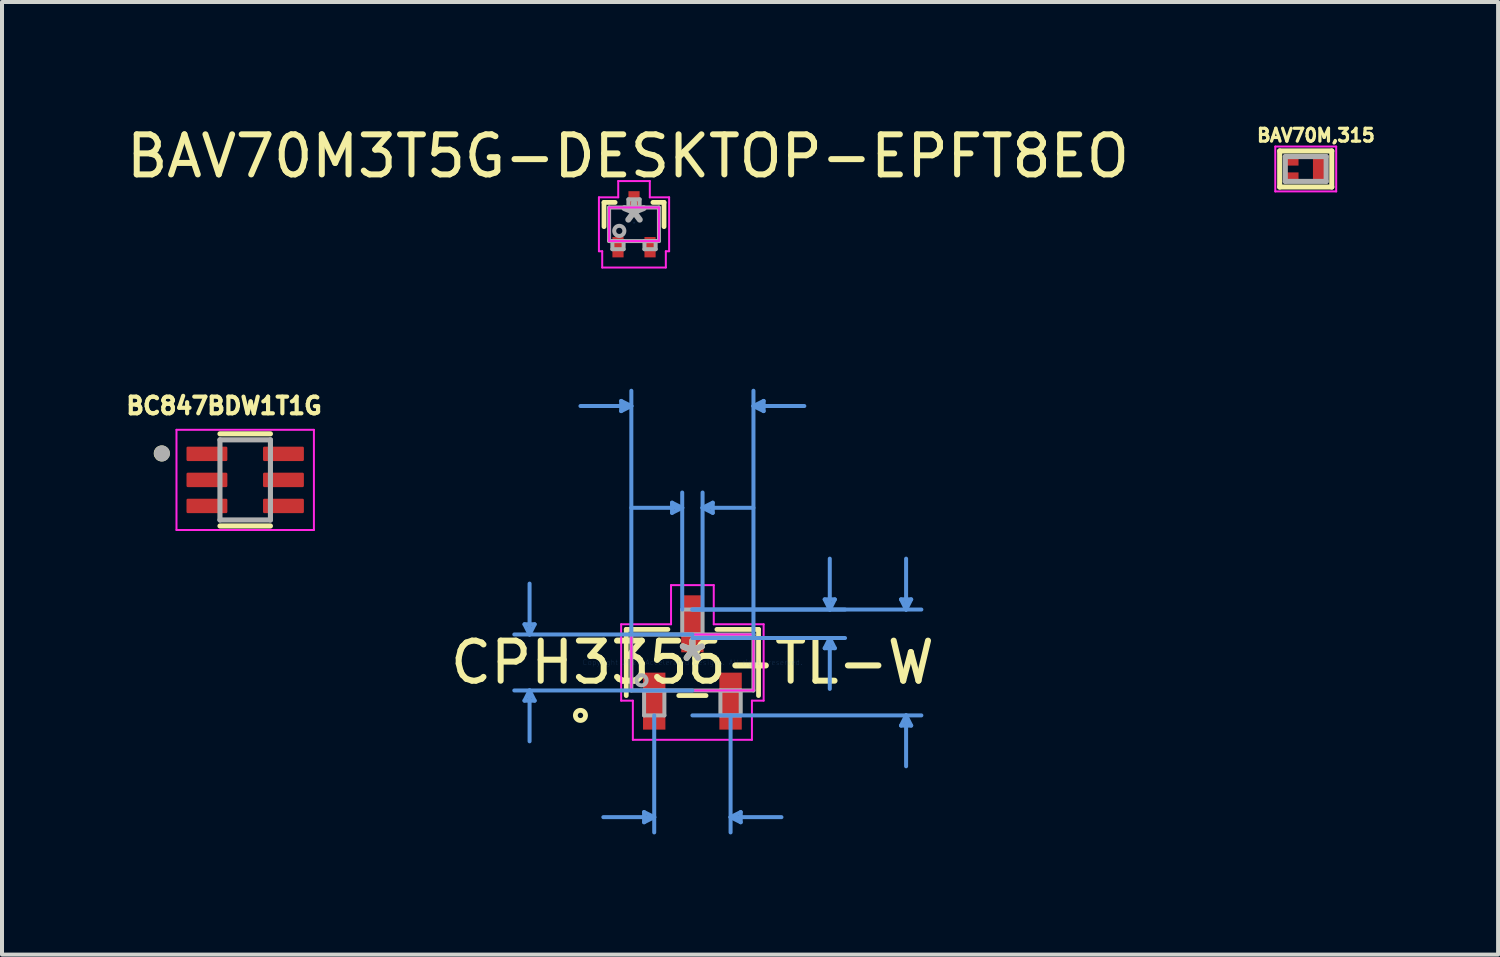
<source format=kicad_pcb>
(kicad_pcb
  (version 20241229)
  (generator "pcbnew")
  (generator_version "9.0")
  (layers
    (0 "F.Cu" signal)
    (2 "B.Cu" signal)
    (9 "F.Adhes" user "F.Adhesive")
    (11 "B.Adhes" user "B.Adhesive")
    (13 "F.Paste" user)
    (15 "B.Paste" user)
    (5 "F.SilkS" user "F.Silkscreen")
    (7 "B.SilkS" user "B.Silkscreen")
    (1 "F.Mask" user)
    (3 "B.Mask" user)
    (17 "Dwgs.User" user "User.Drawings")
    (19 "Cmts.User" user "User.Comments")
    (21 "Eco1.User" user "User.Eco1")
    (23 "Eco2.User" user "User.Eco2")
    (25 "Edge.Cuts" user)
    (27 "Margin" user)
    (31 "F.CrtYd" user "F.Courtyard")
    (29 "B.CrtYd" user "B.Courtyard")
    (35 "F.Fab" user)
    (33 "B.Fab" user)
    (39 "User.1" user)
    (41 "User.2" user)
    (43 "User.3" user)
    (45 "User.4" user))
  (footprint "CPH3356-TL-W"
    (layer "F.Cu")
    (at 14.232 13.485)
    (property "Reference" "CPH3356-TL-W" (at 0 0 0) (layer "F.SilkS") (effects (font (size 1 1) (thickness 0.15))))
    (attr through_hole)
    (fp_line (start -1.651 -0.826) (end -1.651 0.826) (stroke (width 0.12) (type solid)) (layer "F.SilkS"))
    (fp_line (start -0.612 -0.826) (end -1.651 -0.826) (stroke (width 0.12) (type solid)) (layer "F.SilkS"))
    (fp_line (start -0.34 0.826) (end 0.34 0.826) (stroke (width 0.12) (type solid)) (layer "F.SilkS"))
    (fp_line (start 1.651 -0.826) (end 0.612 -0.826) (stroke (width 0.12) (type solid)) (layer "F.SilkS"))
    (fp_line (start 1.651 0.826) (end 1.651 -0.826) (stroke (width 0.12) (type solid)) (layer "F.SilkS"))
    (fp_circle (center -2.794 1.321) (end -2.667 1.321) (stroke (width 0.12) (type solid)) (fill no) (layer "F.SilkS"))
    (fp_line (start -4.191 -0.953) (end -3.937 -0.953) (stroke (width 0.1) (type solid)) (layer "Cmts.User"))
    (fp_line (start -4.191 0.953) (end -3.937 0.953) (stroke (width 0.1) (type solid)) (layer "Cmts.User"))
    (fp_line (start -4.064 -0.699) (end -4.191 -0.953) (stroke (width 0.1) (type solid)) (layer "Cmts.User"))
    (fp_line (start -4.064 -0.699) (end -4.064 -1.968) (stroke (width 0.1) (type solid)) (layer "Cmts.User"))
    (fp_line (start -4.064 -0.699) (end -3.937 -0.953) (stroke (width 0.1) (type solid)) (layer "Cmts.User"))
    (fp_line (start -4.064 0.699) (end -4.191 0.953) (stroke (width 0.1) (type solid)) (layer "Cmts.User"))
    (fp_line (start -4.064 0.699) (end -4.064 1.968) (stroke (width 0.1) (type solid)) (layer "Cmts.User"))
    (fp_line (start -4.064 0.699) (end -3.937 0.953) (stroke (width 0.1) (type solid)) (layer "Cmts.User"))
    (fp_line (start -1.778 -6.528) (end -1.778 -6.274) (stroke (width 0.1) (type solid)) (layer "Cmts.User"))
    (fp_line (start -1.524 -6.401) (end -2.794 -6.401) (stroke (width 0.1) (type solid)) (layer "Cmts.User"))
    (fp_line (start -1.524 -6.401) (end -1.778 -6.528) (stroke (width 0.1) (type solid)) (layer "Cmts.User"))
    (fp_line (start -1.524 -6.401) (end -1.778 -6.274) (stroke (width 0.1) (type solid)) (layer "Cmts.User"))
    (fp_line (start -1.524 -0.699) (end -1.524 -6.782) (stroke (width 0.1) (type solid)) (layer "Cmts.User"))
    (fp_line (start -1.206 3.734) (end -1.206 3.988) (stroke (width 0.1) (type solid)) (layer "Cmts.User"))
    (fp_line (start -0.953 1.321) (end -0.953 4.242) (stroke (width 0.1) (type solid)) (layer "Cmts.User"))
    (fp_line (start -0.953 3.861) (end -2.223 3.861) (stroke (width 0.1) (type solid)) (layer "Cmts.User"))
    (fp_line (start -0.953 3.861) (end -1.206 3.734) (stroke (width 0.1) (type solid)) (layer "Cmts.User"))
    (fp_line (start -0.953 3.861) (end -1.206 3.988) (stroke (width 0.1) (type solid)) (layer "Cmts.User"))
    (fp_line (start -0.508 -3.988) (end -0.508 -3.734) (stroke (width 0.1) (type solid)) (layer "Cmts.User"))
    (fp_line (start -0.254 -3.861) (end -1.524 -3.861) (stroke (width 0.1) (type solid)) (layer "Cmts.User"))
    (fp_line (start -0.254 -3.861) (end -0.508 -3.988) (stroke (width 0.1) (type solid)) (layer "Cmts.User"))
    (fp_line (start -0.254 -3.861) (end -0.508 -3.734) (stroke (width 0.1) (type solid)) (layer "Cmts.User"))
    (fp_line (start -0.254 -1.321) (end -0.254 -4.242) (stroke (width 0.1) (type solid)) (layer "Cmts.User"))
    (fp_line (start 0 -1.321) (end 3.81 -1.321) (stroke (width 0.1) (type solid)) (layer "Cmts.User"))
    (fp_line (start 0 -1.321) (end 5.715 -1.321) (stroke (width 0.1) (type solid)) (layer "Cmts.User"))
    (fp_line (start 0 -0.699) (end -4.445 -0.699) (stroke (width 0.1) (type solid)) (layer "Cmts.User"))
    (fp_line (start 0 -0.61) (end 3.81 -0.61) (stroke (width 0.1) (type solid)) (layer "Cmts.User"))
    (fp_line (start 0 0.699) (end -4.445 0.699) (stroke (width 0.1) (type solid)) (layer "Cmts.User"))
    (fp_line (start 0 1.321) (end 5.715 1.321) (stroke (width 0.1) (type solid)) (layer "Cmts.User"))
    (fp_line (start 0.254 -3.861) (end 0.508 -3.988) (stroke (width 0.1) (type solid)) (layer "Cmts.User"))
    (fp_line (start 0.254 -3.861) (end 0.508 -3.734) (stroke (width 0.1) (type solid)) (layer "Cmts.User"))
    (fp_line (start 0.254 -3.861) (end 1.524 -3.861) (stroke (width 0.1) (type solid)) (layer "Cmts.User"))
    (fp_line (start 0.254 -1.321) (end 0.254 -4.242) (stroke (width 0.1) (type solid)) (layer "Cmts.User"))
    (fp_line (start 0.508 -3.988) (end 0.508 -3.734) (stroke (width 0.1) (type solid)) (layer "Cmts.User"))
    (fp_line (start 0.953 1.321) (end 0.953 4.242) (stroke (width 0.1) (type solid)) (layer "Cmts.User"))
    (fp_line (start 0.953 3.861) (end 1.206 3.734) (stroke (width 0.1) (type solid)) (layer "Cmts.User"))
    (fp_line (start 0.953 3.861) (end 1.206 3.988) (stroke (width 0.1) (type solid)) (layer "Cmts.User"))
    (fp_line (start 0.953 3.861) (end 2.223 3.861) (stroke (width 0.1) (type solid)) (layer "Cmts.User"))
    (fp_line (start 1.206 3.734) (end 1.206 3.988) (stroke (width 0.1) (type solid)) (layer "Cmts.User"))
    (fp_line (start 1.524 -6.401) (end 1.778 -6.528) (stroke (width 0.1) (type solid)) (layer "Cmts.User"))
    (fp_line (start 1.524 -6.401) (end 1.778 -6.274) (stroke (width 0.1) (type solid)) (layer "Cmts.User"))
    (fp_line (start 1.524 -6.401) (end 2.794 -6.401) (stroke (width 0.1) (type solid)) (layer "Cmts.User"))
    (fp_line (start 1.524 -0.699) (end 1.524 -6.782) (stroke (width 0.1) (type solid)) (layer "Cmts.User"))
    (fp_line (start 1.778 -6.528) (end 1.778 -6.274) (stroke (width 0.1) (type solid)) (layer "Cmts.User"))
    (fp_line (start 3.302 -1.575) (end 3.556 -1.575) (stroke (width 0.1) (type solid)) (layer "Cmts.User"))
    (fp_line (start 3.302 -0.356) (end 3.556 -0.356) (stroke (width 0.1) (type solid)) (layer "Cmts.User"))
    (fp_line (start 3.429 -1.321) (end 3.302 -1.575) (stroke (width 0.1) (type solid)) (layer "Cmts.User"))
    (fp_line (start 3.429 -1.321) (end 3.429 -2.591) (stroke (width 0.1) (type solid)) (layer "Cmts.User"))
    (fp_line (start 3.429 -1.321) (end 3.556 -1.575) (stroke (width 0.1) (type solid)) (layer "Cmts.User"))
    (fp_line (start 3.429 -0.61) (end 3.302 -0.356) (stroke (width 0.1) (type solid)) (layer "Cmts.User"))
    (fp_line (start 3.429 -0.61) (end 3.429 0.66) (stroke (width 0.1) (type solid)) (layer "Cmts.User"))
    (fp_line (start 3.429 -0.61) (end 3.556 -0.356) (stroke (width 0.1) (type solid)) (layer "Cmts.User"))
    (fp_line (start 5.207 -1.575) (end 5.461 -1.575) (stroke (width 0.1) (type solid)) (layer "Cmts.User"))
    (fp_line (start 5.207 1.575) (end 5.461 1.575) (stroke (width 0.1) (type solid)) (layer "Cmts.User"))
    (fp_line (start 5.334 -1.321) (end 5.207 -1.575) (stroke (width 0.1) (type solid)) (layer "Cmts.User"))
    (fp_line (start 5.334 -1.321) (end 5.334 -2.591) (stroke (width 0.1) (type solid)) (layer "Cmts.User"))
    (fp_line (start 5.334 -1.321) (end 5.461 -1.575) (stroke (width 0.1) (type solid)) (layer "Cmts.User"))
    (fp_line (start 5.334 1.321) (end 5.207 1.575) (stroke (width 0.1) (type solid)) (layer "Cmts.User"))
    (fp_line (start 5.334 1.321) (end 5.334 2.591) (stroke (width 0.1) (type solid)) (layer "Cmts.User"))
    (fp_line (start 5.334 1.321) (end 5.461 1.575) (stroke (width 0.1) (type solid)) (layer "Cmts.User"))
    (fp_line (start -1.778 -0.953) (end -0.533 -0.953) (stroke (width 0.05) (type solid)) (layer "F.CrtYd"))
    (fp_line (start -1.778 0.953) (end -1.778 -0.953) (stroke (width 0.05) (type solid)) (layer "F.CrtYd"))
    (fp_line (start -1.524 -0.699) (end 1.524 -0.699) (stroke (width 0.05) (type solid)) (layer "F.CrtYd"))
    (fp_line (start -1.524 0.699) (end -1.524 -0.699) (stroke (width 0.05) (type solid)) (layer "F.CrtYd"))
    (fp_line (start -1.486 0.953) (end -1.778 0.953) (stroke (width 0.05) (type solid)) (layer "F.CrtYd"))
    (fp_line (start -1.486 1.93) (end -1.486 0.953) (stroke (width 0.05) (type solid)) (layer "F.CrtYd"))
    (fp_line (start -0.533 -1.93) (end 0.533 -1.93) (stroke (width 0.05) (type solid)) (layer "F.CrtYd"))
    (fp_line (start -0.533 -0.953) (end -0.533 -1.93) (stroke (width 0.05) (type solid)) (layer "F.CrtYd"))
    (fp_line (start 0.533 -1.93) (end 0.533 -0.953) (stroke (width 0.05) (type solid)) (layer "F.CrtYd"))
    (fp_line (start 0.533 -0.953) (end 1.778 -0.953) (stroke (width 0.05) (type solid)) (layer "F.CrtYd"))
    (fp_line (start 1.486 0.953) (end 1.486 1.93) (stroke (width 0.05) (type solid)) (layer "F.CrtYd"))
    (fp_line (start 1.486 1.93) (end -1.486 1.93) (stroke (width 0.05) (type solid)) (layer "F.CrtYd"))
    (fp_line (start 1.524 -0.699) (end 1.524 0.699) (stroke (width 0.05) (type solid)) (layer "F.CrtYd"))
    (fp_line (start 1.524 0.699) (end -1.524 0.699) (stroke (width 0.05) (type solid)) (layer "F.CrtYd"))
    (fp_line (start 1.778 -0.953) (end 1.778 0.953) (stroke (width 0.05) (type solid)) (layer "F.CrtYd"))
    (fp_line (start 1.778 0.953) (end 1.486 0.953) (stroke (width 0.05) (type solid)) (layer "F.CrtYd"))
    (fp_line (start -1.524 -0.699) (end -1.524 0.699) (stroke (width 0.1) (type solid)) (layer "F.Fab"))
    (fp_line (start -1.524 0.699) (end 1.524 0.699) (stroke (width 0.1) (type solid)) (layer "F.Fab"))
    (fp_line (start -1.206 0.699) (end -1.206 1.321) (stroke (width 0.1) (type solid)) (layer "F.Fab"))
    (fp_line (start -1.206 1.321) (end -0.699 1.321) (stroke (width 0.1) (type solid)) (layer "F.Fab"))
    (fp_line (start -0.699 0.699) (end -1.206 0.699) (stroke (width 0.1) (type solid)) (layer "F.Fab"))
    (fp_line (start -0.699 1.321) (end -0.699 0.699) (stroke (width 0.1) (type solid)) (layer "F.Fab"))
    (fp_line (start -0.254 -1.321) (end -0.254 -0.699) (stroke (width 0.1) (type solid)) (layer "F.Fab"))
    (fp_line (start -0.254 -0.699) (end 0.254 -0.699) (stroke (width 0.1) (type solid)) (layer "F.Fab"))
    (fp_line (start 0.254 -1.321) (end -0.254 -1.321) (stroke (width 0.1) (type solid)) (layer "F.Fab"))
    (fp_line (start 0.254 -0.699) (end 0.254 -1.321) (stroke (width 0.1) (type solid)) (layer "F.Fab"))
    (fp_line (start 0.699 0.699) (end 0.699 1.321) (stroke (width 0.1) (type solid)) (layer "F.Fab"))
    (fp_line (start 0.699 1.321) (end 1.206 1.321) (stroke (width 0.1) (type solid)) (layer "F.Fab"))
    (fp_line (start 1.206 0.699) (end 0.699 0.699) (stroke (width 0.1) (type solid)) (layer "F.Fab"))
    (fp_line (start 1.206 1.321) (end 1.206 0.699) (stroke (width 0.1) (type solid)) (layer "F.Fab"))
    (fp_line (start 1.524 -0.699) (end -1.524 -0.699) (stroke (width 0.1) (type solid)) (layer "F.Fab"))
    (fp_line (start 1.524 0.699) (end 1.524 -0.699) (stroke (width 0.1) (type solid)) (layer "F.Fab"))
    (fp_circle (center -1.27 0.445) (end -1.143 0.445) (stroke (width 0.1) (type solid)) (fill no) (layer "F.Fab"))
    (fp_text user "*" (at 0 0 0) (layer "F.SilkS") (effects (font (size 1 1) (thickness 0.15))))
    (fp_text user "Copyright 2021 Accelerated Designs. All rights reserved." (at 0 0 0) (layer "Cmts.User") (effects (font (size 0.127 0.127) (thickness 0.002))))
    (fp_text user "*" (at 0 0 0) (layer "F.Fab") (effects (font (size 1 1) (thickness 0.15))))
    (pad "1" smd rect (at -0.953 0.965) (size 0.559 1.422) (layers "F.Cu" "F.Mask" "F.Paste"))
    (pad "2" smd rect (at 0.953 0.965) (size 0.559 1.422) (layers "F.Cu" "F.Mask" "F.Paste"))
    (pad "3" smd rect (at 0 -0.965) (size 0.559 1.422) (layers "F.Cu" "F.Mask" "F.Paste")))
  (footprint "BAV70M3T5G-DESKTOP-EPFT8EO"
    (layer "F.Cu")
    (at 12.775 2.548)
    (property "Reference" "BAV70M3T5G-DESKTOP-EPFT8EO" (at -0.15 -1.7 0) (layer "F.SilkS") (effects (font (size 1 1) (thickness 0.15))))
    (attr smd)
    (fp_line (start -0.749 -0.546) (end -0.749 0.059) (stroke (width 0.12) (type solid)) (layer "F.SilkS"))
    (fp_line (start -0.472 -0.546) (end -0.749 -0.546) (stroke (width 0.12) (type solid)) (layer "F.SilkS"))
    (fp_line (start 0.749 -0.546) (end 0.472 -0.546) (stroke (width 0.12) (type solid)) (layer "F.SilkS"))
    (fp_line (start 0.749 0.059) (end 0.749 -0.546) (stroke (width 0.12) (type solid)) (layer "F.SilkS"))
    (fp_line (start -0.876 -0.673) (end -0.394 -0.673) (stroke (width 0.05) (type solid)) (layer "F.CrtYd"))
    (fp_line (start -0.876 0.673) (end -0.876 -0.673) (stroke (width 0.05) (type solid)) (layer "F.CrtYd"))
    (fp_line (start -0.794 0.673) (end -0.876 0.673) (stroke (width 0.05) (type solid)) (layer "F.CrtYd"))
    (fp_line (start -0.794 1.079) (end -0.794 0.673) (stroke (width 0.05) (type solid)) (layer "F.CrtYd"))
    (fp_line (start -0.622 -0.419) (end 0.622 -0.419) (stroke (width 0.05) (type solid)) (layer "F.CrtYd"))
    (fp_line (start -0.622 0.419) (end -0.622 -0.419) (stroke (width 0.05) (type solid)) (layer "F.CrtYd"))
    (fp_line (start -0.394 -1.079) (end 0.394 -1.079) (stroke (width 0.05) (type solid)) (layer "F.CrtYd"))
    (fp_line (start -0.394 -0.673) (end -0.394 -1.079) (stroke (width 0.05) (type solid)) (layer "F.CrtYd"))
    (fp_line (start 0.394 -1.079) (end 0.394 -0.673) (stroke (width 0.05) (type solid)) (layer "F.CrtYd"))
    (fp_line (start 0.394 -0.673) (end 0.876 -0.673) (stroke (width 0.05) (type solid)) (layer "F.CrtYd"))
    (fp_line (start 0.622 -0.419) (end 0.622 0.419) (stroke (width 0.05) (type solid)) (layer "F.CrtYd"))
    (fp_line (start 0.622 0.419) (end -0.622 0.419) (stroke (width 0.05) (type solid)) (layer "F.CrtYd"))
    (fp_line (start 0.794 0.673) (end 0.794 1.079) (stroke (width 0.05) (type solid)) (layer "F.CrtYd"))
    (fp_line (start 0.794 1.079) (end -0.794 1.079) (stroke (width 0.05) (type solid)) (layer "F.CrtYd"))
    (fp_line (start 0.876 -0.673) (end 0.876 0.673) (stroke (width 0.05) (type solid)) (layer "F.CrtYd"))
    (fp_line (start 0.876 0.673) (end 0.794 0.673) (stroke (width 0.05) (type solid)) (layer "F.CrtYd"))
    (fp_line (start -0.622 -0.419) (end -0.622 0.419) (stroke (width 0.1) (type solid)) (layer "F.Fab"))
    (fp_line (start -0.622 0.419) (end 0.622 0.419) (stroke (width 0.1) (type solid)) (layer "F.Fab"))
    (fp_line (start -0.54 0.419) (end -0.54 0.622) (stroke (width 0.1) (type solid)) (layer "F.Fab"))
    (fp_line (start -0.54 0.622) (end -0.26 0.622) (stroke (width 0.1) (type solid)) (layer "F.Fab"))
    (fp_line (start -0.26 0.419) (end -0.54 0.419) (stroke (width 0.1) (type solid)) (layer "F.Fab"))
    (fp_line (start -0.26 0.622) (end -0.26 0.419) (stroke (width 0.1) (type solid)) (layer "F.Fab"))
    (fp_line (start -0.14 -0.622) (end -0.14 -0.419) (stroke (width 0.1) (type solid)) (layer "F.Fab"))
    (fp_line (start -0.14 -0.419) (end 0.14 -0.419) (stroke (width 0.1) (type solid)) (layer "F.Fab"))
    (fp_line (start 0.14 -0.622) (end -0.14 -0.622) (stroke (width 0.1) (type solid)) (layer "F.Fab"))
    (fp_line (start 0.14 -0.419) (end 0.14 -0.622) (stroke (width 0.1) (type solid)) (layer "F.Fab"))
    (fp_line (start 0.26 0.419) (end 0.26 0.622) (stroke (width 0.1) (type solid)) (layer "F.Fab"))
    (fp_line (start 0.26 0.622) (end 0.54 0.622) (stroke (width 0.1) (type solid)) (layer "F.Fab"))
    (fp_line (start 0.54 0.419) (end 0.26 0.419) (stroke (width 0.1) (type solid)) (layer "F.Fab"))
    (fp_line (start 0.54 0.622) (end 0.54 0.419) (stroke (width 0.1) (type solid)) (layer "F.Fab"))
    (fp_line (start 0.622 -0.419) (end -0.622 -0.419) (stroke (width 0.1) (type solid)) (layer "F.Fab"))
    (fp_line (start 0.622 0.419) (end 0.622 -0.419) (stroke (width 0.1) (type solid)) (layer "F.Fab"))
    (fp_circle (center -0.368 0.165) (end -0.241 0.165) (stroke (width 0.1) (type solid)) (fill no) (layer "F.Fab"))
    (fp_text user "*" (at 0 0 0) (layer "Cmts.User") (effects (font (size 0.127 0.127) (thickness 0.002))))
    (fp_text user "*" (at 0 0 0) (layer "F.Fab") (effects (font (size 1 1) (thickness 0.15))))
    (pad "1" smd rect (at -0.4 0.572) (size 0.279 0.508) (layers "F.Cu" "F.Mask" "F.Paste"))
    (pad "2" smd rect (at 0.4 0.572) (size 0.279 0.508) (layers "F.Cu" "F.Mask" "F.Paste"))
    (pad "3" smd rect (at 0 -0.572) (size 0.279 0.508) (layers "F.Cu" "F.Mask" "F.Paste")))
  (footprint "BC847BDW1T1G"
    (layer "F.Cu")
    (at 3.07 8.928)
    (property "Reference" "BC847BDW1T1G" (at -0.528 -1.849 0) (layer "F.SilkS") (effects (font (size 0.416 0.416) (thickness 0.104))))
    (attr smd)
    (fp_line (start 0.63 -1.15) (end -0.63 -1.15) (stroke (width 0.127) (type solid)) (layer "F.SilkS"))
    (fp_line (start 0.63 1.15) (end -0.63 1.15) (stroke (width 0.127) (type solid)) (layer "F.SilkS"))
    (fp_circle (center -2.083 -0.66) (end -1.983 -0.66) (stroke (width 0.2) (type solid)) (fill no) (layer "F.SilkS"))
    (fp_line (start -1.715 -1.25) (end -1.715 1.25) (stroke (width 0.05) (type solid)) (layer "F.CrtYd"))
    (fp_line (start -1.715 1.25) (end 1.715 1.25) (stroke (width 0.05) (type solid)) (layer "F.CrtYd"))
    (fp_line (start 1.715 -1.25) (end -1.715 -1.25) (stroke (width 0.05) (type solid)) (layer "F.CrtYd"))
    (fp_line (start 1.715 1.25) (end 1.715 -1.25) (stroke (width 0.05) (type solid)) (layer "F.CrtYd"))
    (fp_line (start -0.63 -1) (end -0.63 1) (stroke (width 0.127) (type solid)) (layer "F.Fab"))
    (fp_line (start -0.63 1) (end 0.63 1) (stroke (width 0.127) (type solid)) (layer "F.Fab"))
    (fp_line (start 0.63 -1) (end -0.63 -1) (stroke (width 0.127) (type solid)) (layer "F.Fab"))
    (fp_line (start 0.63 1) (end 0.63 -1) (stroke (width 0.127) (type solid)) (layer "F.Fab"))
    (fp_circle (center -2.077 -0.66) (end -1.977 -0.66) (stroke (width 0.2) (type solid)) (fill no) (layer "F.Fab"))
    (pad "1" smd roundrect (at -0.955 -0.65) (size 1.02 0.36) (layers "F.Cu" "F.Mask" "F.Paste") (roundrect_rratio 0.09))
    (pad "2" smd roundrect (at -0.955 0) (size 1.02 0.36) (layers "F.Cu" "F.Mask" "F.Paste") (roundrect_rratio 0.09))
    (pad "3" smd roundrect (at -0.955 0.65) (size 1.02 0.36) (layers "F.Cu" "F.Mask" "F.Paste") (roundrect_rratio 0.09))
    (pad "4" smd roundrect (at 0.955 0.65 180) (size 1.02 0.36) (layers "F.Cu" "F.Mask" "F.Paste") (roundrect_rratio 0.09))
    (pad "5" smd roundrect (at 0.955 0 180) (size 1.02 0.36) (layers "F.Cu" "F.Mask" "F.Paste") (roundrect_rratio 0.09))
    (pad "6" smd roundrect (at 0.955 -0.65 180) (size 1.02 0.36) (layers "F.Cu" "F.Mask" "F.Paste") (roundrect_rratio 0.09)))
  (footprint "BAV70M,315"
    (layer "F.Cu")
    (at 29.541 1.168)
    (property "Reference" "BAV70M,315" (at 0.254 -0.84 0) (layer "F.SilkS") (effects (font (size 0.321 0.321) (thickness 0.15))))
    (attr through_hole)
    (fp_line (start -0.65 -0.45) (end 0.65 -0.45) (stroke (width 0.127) (type solid)) (layer "F.SilkS"))
    (fp_line (start -0.65 0.45) (end -0.65 -0.45) (stroke (width 0.127) (type solid)) (layer "F.SilkS"))
    (fp_line (start 0.65 -0.45) (end 0.65 0.45) (stroke (width 0.127) (type solid)) (layer "F.SilkS"))
    (fp_line (start 0.65 0.45) (end -0.65 0.45) (stroke (width 0.127) (type solid)) (layer "F.SilkS"))
    (fp_line (start -0.76 -0.56) (end 0.76 -0.56) (stroke (width 0.05) (type solid)) (layer "F.CrtYd"))
    (fp_line (start -0.76 0.56) (end -0.76 -0.56) (stroke (width 0.05) (type solid)) (layer "F.CrtYd"))
    (fp_line (start 0.76 -0.56) (end 0.76 0.56) (stroke (width 0.05) (type solid)) (layer "F.CrtYd"))
    (fp_line (start 0.76 0.56) (end -0.76 0.56) (stroke (width 0.05) (type solid)) (layer "F.CrtYd"))
    (fp_line (start -0.51 -0.31) (end 0.51 -0.31) (stroke (width 0.127) (type solid)) (layer "F.Fab"))
    (fp_line (start -0.51 0.31) (end -0.51 -0.31) (stroke (width 0.127) (type solid)) (layer "F.Fab"))
    (fp_line (start 0.51 -0.31) (end 0.51 0.31) (stroke (width 0.127) (type solid)) (layer "F.Fab"))
    (fp_line (start 0.51 0.31) (end -0.51 0.31) (stroke (width 0.127) (type solid)) (layer "F.Fab"))
    (pad "1" smd rect (at -0.325 -0.175) (size 0.29 0.18) (layers "F.Cu" "F.Mask" "F.Paste"))
    (pad "2" smd rect (at -0.325 0.175) (size 0.29 0.18) (layers "F.Cu" "F.Mask" "F.Paste"))
    (pad "3" smd rect (at 0.325 0) (size 0.29 0.53) (layers "F.Cu" "F.Mask" "F.Paste")))
  (gr_rect
    (start -3 -3)
    (end 34.342 20.776)
    (stroke (width 0.1) (type default))
    (fill no)
    (layer "Edge.Cuts")))
</source>
